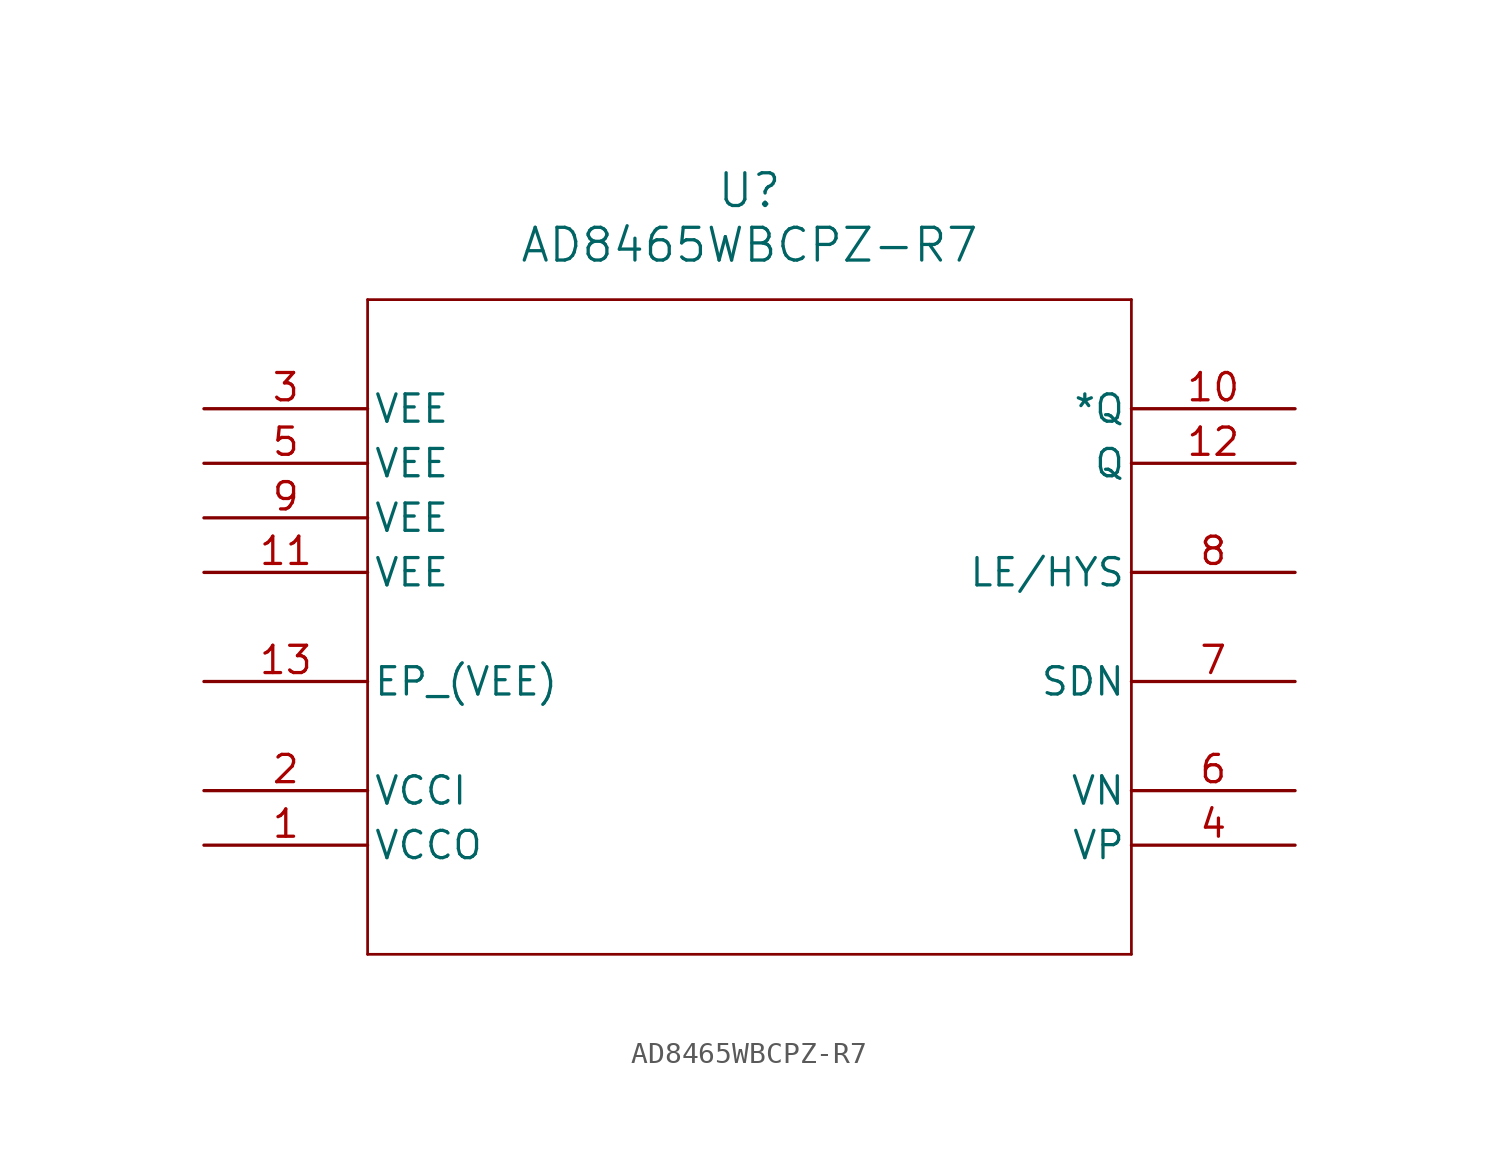
<source format=kicad_sym>
(kicad_symbol_lib
  (version 20211014)
  (generator kicad_symbol_editor)
  (symbol "AD8465WBCPZ-R7"
    (pin_names
      (offset 0.254))
    (property "Reference" "U"
      (at 25.4 10.16 0)
      (effects (font (size 1.524 1.524))))
    (property "Value" "AD8465WBCPZ-R7"
      (at 25.4 7.62 0)
      (effects (font (size 1.524 1.524))))
    (symbol "AD8465WBCPZ-R7_0_1"
      (polyline (pts (xy 7.62 5.08) (xy 7.62 -25.4)) (stroke (width 0.127) (type default) (color 0 0 0 0)) (fill (type none)))
      (polyline (pts (xy 7.62 -25.4) (xy 43.18 -25.4)) (stroke (width 0.127) (type default) (color 0 0 0 0)) (fill (type none)))
      (polyline (pts (xy 43.18 -25.4) (xy 43.18 5.08)) (stroke (width 0.127) (type default) (color 0 0 0 0)) (fill (type none)))
      (polyline (pts (xy 43.18 5.08) (xy 7.62 5.08)) (stroke (width 0.127) (type default) (color 0 0 0 0)) (fill (type none)))
      (pin unspecified line (at 50.8 0 180) (length 7.62) (name "*Q" (effects (font (size 1.27 1.27)))) (number "10" (effects (font (size 1.27 1.27)))))
      (pin unspecified line (at 0 -12.7 0) (length 7.62) (name "EP (VEE)" (effects (font (size 1.27 1.27)))) (number "13" (effects (font (size 1.27 1.27)))))
      (pin unspecified line (at 50.8 -7.62 180) (length 7.62) (name "LE/HYS" (effects (font (size 1.27 1.27)))) (number "8" (effects (font (size 1.27 1.27)))))
      (pin unspecified line (at 50.8 -2.54 180) (length 7.62) (name "Q" (effects (font (size 1.27 1.27)))) (number "12" (effects (font (size 1.27 1.27)))))
      (pin unspecified line (at 50.8 -12.7 180) (length 7.62) (name "SDN" (effects (font (size 1.27 1.27)))) (number "7" (effects (font (size 1.27 1.27)))))
      (pin unspecified line (at 0 -17.78 0) (length 7.62) (name "VCCI" (effects (font (size 1.27 1.27)))) (number "2" (effects (font (size 1.27 1.27)))))
      (pin unspecified line (at 0 -20.32 0) (length 7.62) (name "VCCO" (effects (font (size 1.27 1.27)))) (number "1" (effects (font (size 1.27 1.27)))))
      (pin unspecified line (at 0 0 0) (length 7.62) (name "VEE" (effects (font (size 1.27 1.27)))) (number "3" (effects (font (size 1.27 1.27)))))
      (pin unspecified line (at 0 -2.54 0) (length 7.62) (name "VEE" (effects (font (size 1.27 1.27)))) (number "5" (effects (font (size 1.27 1.27)))))
      (pin unspecified line (at 0 -5.08 0) (length 7.62) (name "VEE" (effects (font (size 1.27 1.27)))) (number "9" (effects (font (size 1.27 1.27)))))
      (pin unspecified line (at 0 -7.62 0) (length 7.62) (name "VEE" (effects (font (size 1.27 1.27)))) (number "11" (effects (font (size 1.27 1.27)))))
      (pin unspecified line (at 50.8 -17.78 180) (length 7.62) (name "VN" (effects (font (size 1.27 1.27)))) (number "6" (effects (font (size 1.27 1.27)))))
      (pin unspecified line (at 50.8 -20.32 180) (length 7.62) (name "VP" (effects (font (size 1.27 1.27)))) (number "4" (effects (font (size 1.27 1.27))))))))
</source>
